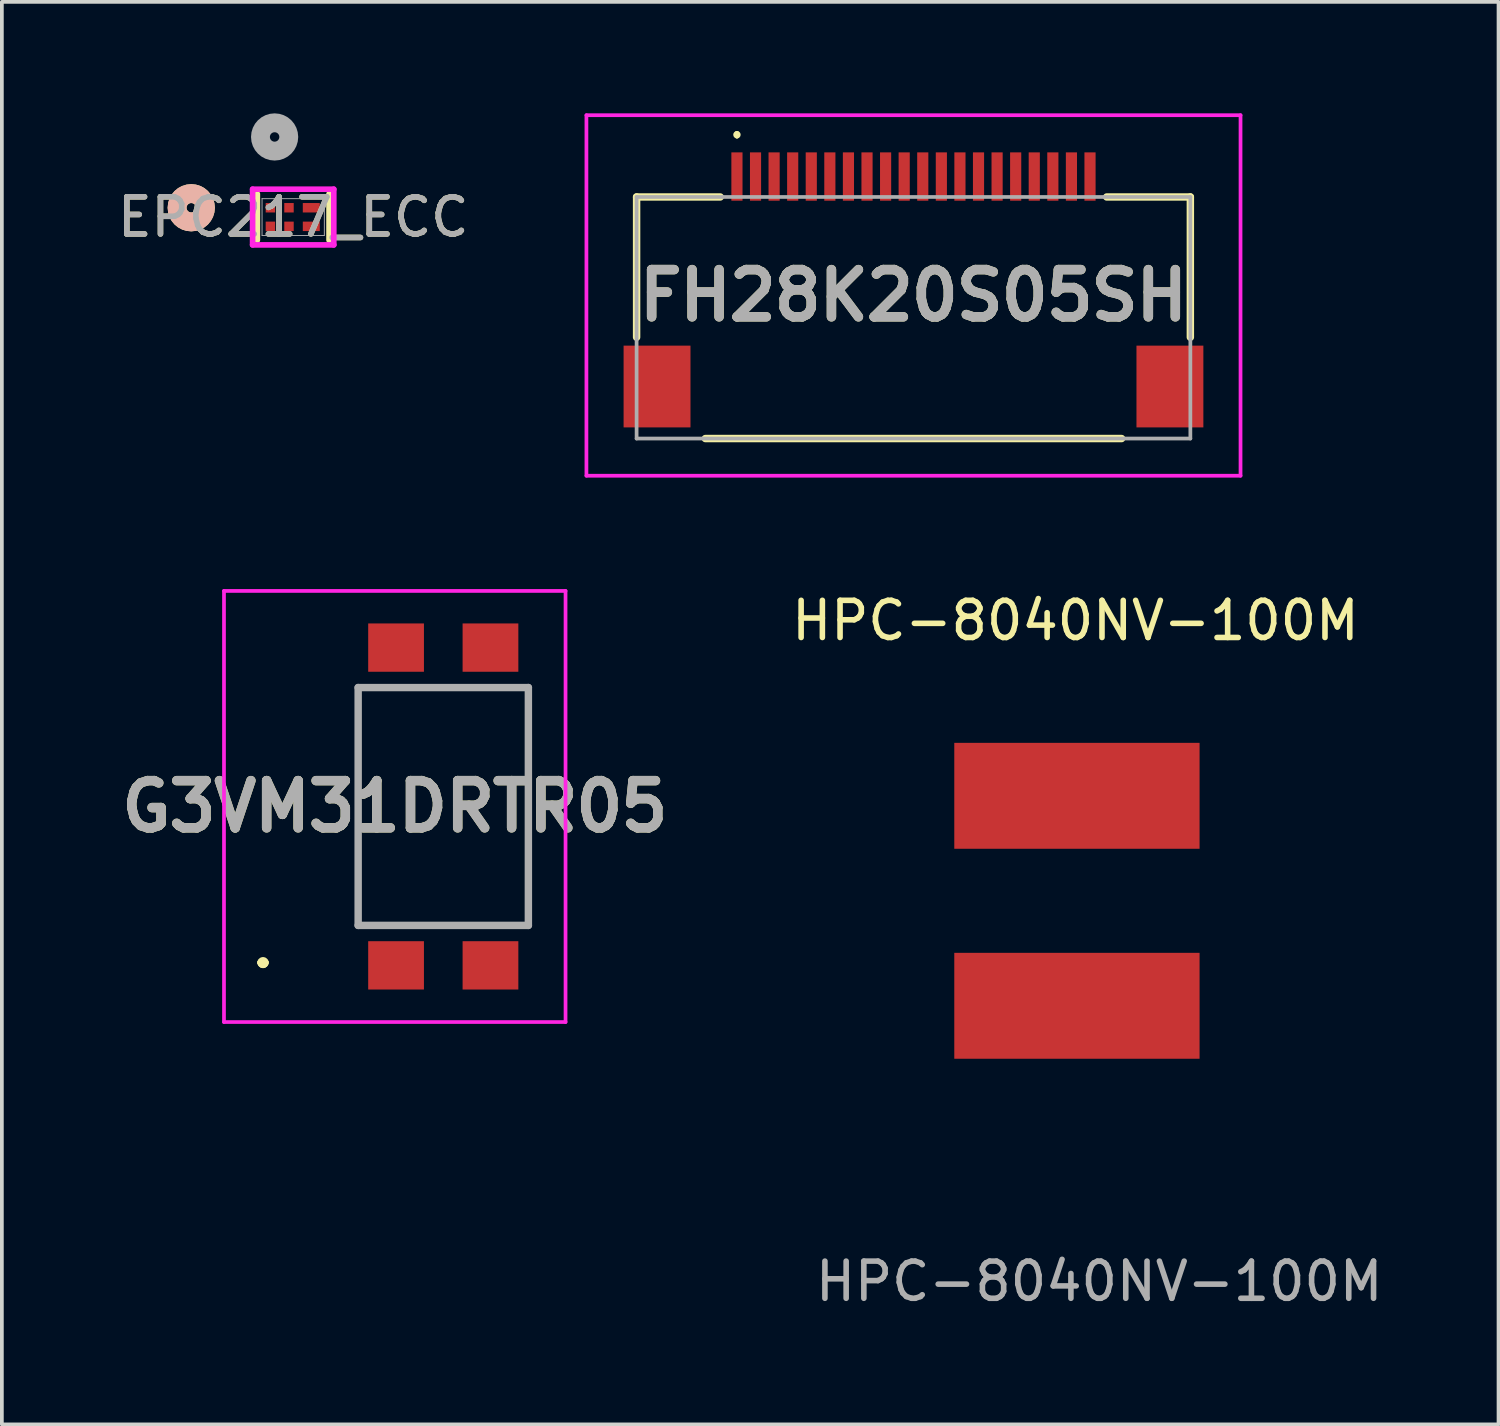
<source format=kicad_pcb>
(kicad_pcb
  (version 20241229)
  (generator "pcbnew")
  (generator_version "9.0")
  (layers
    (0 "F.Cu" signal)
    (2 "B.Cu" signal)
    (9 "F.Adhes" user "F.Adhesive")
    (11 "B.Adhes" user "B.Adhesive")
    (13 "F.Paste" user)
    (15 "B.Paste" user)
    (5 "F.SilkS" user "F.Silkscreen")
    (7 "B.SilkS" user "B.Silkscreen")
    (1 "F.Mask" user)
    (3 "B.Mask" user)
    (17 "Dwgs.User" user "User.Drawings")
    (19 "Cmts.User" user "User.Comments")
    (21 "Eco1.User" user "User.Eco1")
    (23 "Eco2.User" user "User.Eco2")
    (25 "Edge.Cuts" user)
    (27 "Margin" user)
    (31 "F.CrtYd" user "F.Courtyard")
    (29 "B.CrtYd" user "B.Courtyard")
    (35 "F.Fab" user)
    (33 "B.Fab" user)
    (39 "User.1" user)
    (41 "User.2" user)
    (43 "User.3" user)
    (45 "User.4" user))
  (footprint "EPC217_ECC"
    (layer "F.Cu")
    (at 4.839 2.79)
    (property "Reference" "EPC217_ECC" (at 0 0 0) (unlocked yes) (layer "F.SilkS") (effects (font (size 1 1) (thickness 0.15))))
    (attr smd)
    (fp_line (start -0.965 -0.622) (end -0.965 0.622) (stroke (width 0.152) (type solid)) (layer "F.SilkS"))
    (fp_line (start 0.965 0.622) (end 0.965 -0.622) (stroke (width 0.152) (type solid)) (layer "F.SilkS"))
    (fp_circle (center -2.743 -0.25) (end -2.362 -0.25) (stroke (width 0.508) (type solid)) (fill no) (layer "F.SilkS"))
    (fp_circle (center -2.743 -0.25) (end -2.362 -0.25) (stroke (width 0.508) (type solid)) (fill no) (layer "B.SilkS"))
    (fp_line (start -1.092 -0.749) (end -1.092 0.749) (stroke (width 0.152) (type solid)) (layer "F.CrtYd"))
    (fp_line (start -1.092 0.749) (end 1.092 0.749) (stroke (width 0.152) (type solid)) (layer "F.CrtYd"))
    (fp_line (start 1.092 -0.749) (end -1.092 -0.749) (stroke (width 0.152) (type solid)) (layer "F.CrtYd"))
    (fp_line (start 1.092 0.749) (end 1.092 -0.749) (stroke (width 0.152) (type solid)) (layer "F.CrtYd"))
    (fp_line (start -0.838 -0.495) (end -0.838 0.495) (stroke (width 0.025) (type solid)) (layer "F.Fab"))
    (fp_line (start -0.838 0.495) (end 0.838 0.495) (stroke (width 0.025) (type solid)) (layer "F.Fab"))
    (fp_line (start 0.838 -0.495) (end -0.838 -0.495) (stroke (width 0.025) (type solid)) (layer "F.Fab"))
    (fp_line (start 0.838 0.495) (end 0.838 -0.495) (stroke (width 0.025) (type solid)) (layer "F.Fab"))
    (fp_circle (center -0.5 -2.155) (end -0.119 -2.155) (stroke (width 0.508) (type solid)) (fill no) (layer "F.Fab"))
    (fp_text user "${REFERENCE}" (at 0 0 0) (unlocked yes) (layer "F.Fab") (effects (font (size 1 1) (thickness 0.15))))
    (pad "1" smd rect (at -0.613 -0.25) (size 0.254 0.254) (layers "F.Cu" "F.Mask" "F.Paste"))
    (pad "2" smd rect (at -0.113 -0.25) (size 0.254 0.254) (layers "F.Cu" "F.Mask" "F.Paste"))
    (pad "3" smd rect (at 0.487 -0.25) (size 0.457 0.254) (layers "F.Cu" "F.Mask" "F.Paste"))
    (pad "4" smd rect (at -0.613 0.25) (size 0.254 0.254) (layers "F.Cu" "F.Mask" "F.Paste"))
    (pad "5" smd rect (at -0.113 0.25) (size 0.254 0.254) (layers "F.Cu" "F.Mask" "F.Paste"))
    (pad "6" smd rect (at 0.487 0.25) (size 0.457 0.254) (layers "F.Cu" "F.Mask" "F.Paste")))
  (footprint "HPC-8040NV-100M"
    (layer "F.Cu")
    (at 25.927 21.188)
    (property "Reference" "HPC-8040NV-100M" (at -0.04 -7.54 0) (unlocked yes) (layer "F.SilkS") (effects (font (size 1 1) (thickness 0.15))))
    (attr smd)
    (fp_text user "${REFERENCE}" (at 0.6 10.24 0) (unlocked yes) (layer "F.Fab") (effects (font (size 1 1) (thickness 0.15))))
    (pad "1" smd rect (at 0 -2.825) (size 6.6 2.85) (layers "F.Cu" "F.Mask" "F.Paste"))
    (pad "2" smd rect (at 0 2.825) (size 6.6 2.85) (layers "F.Cu" "F.Mask" "F.Paste")))
  (footprint "FH28K20S05SH"
    (layer "F.Cu")
    (at 21.529 5.5)
    (property "Reference" "FH28K20S05SH" (at 0 -0.6 0) (layer "F.SilkS") (effects (font (size 1.27 1.27) (thickness 0.254))))
    (attr smd)
    (fp_line (start -7.45 -3.25) (end -7.45 0.525) (stroke (width 0.2) (type solid)) (layer "F.SilkS"))
    (fp_line (start -5.6 3.25) (end 5.6 3.25) (stroke (width 0.2) (type solid)) (layer "F.SilkS"))
    (fp_line (start -5.2 -3.25) (end -7.45 -3.25) (stroke (width 0.2) (type solid)) (layer "F.SilkS"))
    (fp_line (start -4.75 -4.975) (end -4.75 -4.975) (stroke (width 0.1) (type solid)) (layer "F.SilkS"))
    (fp_line (start -4.75 -4.875) (end -4.75 -4.875) (stroke (width 0.1) (type solid)) (layer "F.SilkS"))
    (fp_line (start 5.2 -3.25) (end 7.45 -3.25) (stroke (width 0.2) (type solid)) (layer "F.SilkS"))
    (fp_line (start 7.45 -3.25) (end 7.45 0.525) (stroke (width 0.2) (type solid)) (layer "F.SilkS"))
    (fp_arc (start -4.75 -4.975) (mid -4.7 -4.925) (end -4.75 -4.875) (stroke (width 0.1) (type solid)) (layer "F.SilkS"))
    (fp_arc (start -4.75 -4.875) (mid -4.8 -4.925) (end -4.75 -4.975) (stroke (width 0.1) (type solid)) (layer "F.SilkS"))
    (fp_line (start -8.8 -5.45) (end 8.8 -5.45) (stroke (width 0.1) (type solid)) (layer "F.CrtYd"))
    (fp_line (start -8.8 4.25) (end -8.8 -5.45) (stroke (width 0.1) (type solid)) (layer "F.CrtYd"))
    (fp_line (start 8.8 -5.45) (end 8.8 4.25) (stroke (width 0.1) (type solid)) (layer "F.CrtYd"))
    (fp_line (start 8.8 4.25) (end -8.8 4.25) (stroke (width 0.1) (type solid)) (layer "F.CrtYd"))
    (fp_line (start -7.45 -3.25) (end 7.45 -3.25) (stroke (width 0.1) (type solid)) (layer "F.Fab"))
    (fp_line (start -7.45 3.25) (end -7.45 -3.25) (stroke (width 0.1) (type solid)) (layer "F.Fab"))
    (fp_line (start 7.45 -3.25) (end 7.45 3.25) (stroke (width 0.1) (type solid)) (layer "F.Fab"))
    (fp_line (start 7.45 3.25) (end -7.45 3.25) (stroke (width 0.1) (type solid)) (layer "F.Fab"))
    (fp_text user "${REFERENCE}" (at 0 -0.6 0) (layer "F.Fab") (effects (font (size 1.27 1.27) (thickness 0.254))))
    (pad "1" smd rect (at -4.75 -3.8) (size 0.3 1.3) (layers "F.Cu" "F.Mask" "F.Paste"))
    (pad "2" smd rect (at -4.25 -3.8) (size 0.3 1.3) (layers "F.Cu" "F.Mask" "F.Paste"))
    (pad "3" smd rect (at -3.75 -3.8) (size 0.3 1.3) (layers "F.Cu" "F.Mask" "F.Paste"))
    (pad "4" smd rect (at -3.25 -3.8) (size 0.3 1.3) (layers "F.Cu" "F.Mask" "F.Paste"))
    (pad "5" smd rect (at -2.75 -3.8) (size 0.3 1.3) (layers "F.Cu" "F.Mask" "F.Paste"))
    (pad "6" smd rect (at -2.25 -3.8) (size 0.3 1.3) (layers "F.Cu" "F.Mask" "F.Paste"))
    (pad "7" smd rect (at -1.75 -3.8) (size 0.3 1.3) (layers "F.Cu" "F.Mask" "F.Paste"))
    (pad "8" smd rect (at -1.25 -3.8) (size 0.3 1.3) (layers "F.Cu" "F.Mask" "F.Paste"))
    (pad "9" smd rect (at -0.75 -3.8) (size 0.3 1.3) (layers "F.Cu" "F.Mask" "F.Paste"))
    (pad "10" smd rect (at -0.25 -3.8) (size 0.3 1.3) (layers "F.Cu" "F.Mask" "F.Paste"))
    (pad "11" smd rect (at 0.25 -3.8) (size 0.3 1.3) (layers "F.Cu" "F.Mask" "F.Paste"))
    (pad "12" smd rect (at 0.75 -3.8) (size 0.3 1.3) (layers "F.Cu" "F.Mask" "F.Paste"))
    (pad "13" smd rect (at 1.25 -3.8) (size 0.3 1.3) (layers "F.Cu" "F.Mask" "F.Paste"))
    (pad "14" smd rect (at 1.75 -3.8) (size 0.3 1.3) (layers "F.Cu" "F.Mask" "F.Paste"))
    (pad "15" smd rect (at 2.25 -3.8) (size 0.3 1.3) (layers "F.Cu" "F.Mask" "F.Paste"))
    (pad "16" smd rect (at 2.75 -3.8) (size 0.3 1.3) (layers "F.Cu" "F.Mask" "F.Paste"))
    (pad "17" smd rect (at 3.25 -3.8) (size 0.3 1.3) (layers "F.Cu" "F.Mask" "F.Paste"))
    (pad "18" smd rect (at 3.75 -3.8) (size 0.3 1.3) (layers "F.Cu" "F.Mask" "F.Paste"))
    (pad "19" smd rect (at 4.25 -3.8) (size 0.3 1.3) (layers "F.Cu" "F.Mask" "F.Paste"))
    (pad "20" smd rect (at 4.75 -3.8) (size 0.3 1.3) (layers "F.Cu" "F.Mask" "F.Paste"))
    (pad "MP1" smd rect (at -6.9 1.85) (size 1.8 2.2) (layers "F.Cu" "F.Mask" "F.Paste"))
    (pad "MP2" smd rect (at 6.9 1.85) (size 1.8 2.2) (layers "F.Cu" "F.Mask" "F.Paste")))
  (footprint "G3VM31DRTR05"
    (layer "F.Cu")
    (at 8.877 18.65)
    (property "Reference" "G3VM31DRTR05" (at -1.305 0 0) (layer "F.SilkS") (effects (font (size 1.27 1.27) (thickness 0.254))))
    (attr smd)
    (fp_line (start -4.9 4.2) (end -4.9 4.2) (stroke (width 0.2) (type solid)) (layer "F.SilkS"))
    (fp_line (start -4.9 4.2) (end -4.9 4.2) (stroke (width 0.2) (type solid)) (layer "F.SilkS"))
    (fp_line (start -4.8 4.2) (end -4.8 4.2) (stroke (width 0.2) (type solid)) (layer "F.SilkS"))
    (fp_line (start -2.29 -3.2) (end -2.29 -3.2) (stroke (width 0.1) (type solid)) (layer "F.SilkS"))
    (fp_line (start -2.29 -3.2) (end -2.29 3.2) (stroke (width 0.1) (type solid)) (layer "F.SilkS"))
    (fp_line (start -2.29 3.2) (end -2.29 -3.2) (stroke (width 0.1) (type solid)) (layer "F.SilkS"))
    (fp_line (start -2.29 3.2) (end -2.29 3.2) (stroke (width 0.1) (type solid)) (layer "F.SilkS"))
    (fp_line (start 2.29 -3.2) (end 2.29 -3.2) (stroke (width 0.1) (type solid)) (layer "F.SilkS"))
    (fp_line (start 2.29 -3.2) (end 2.29 3.2) (stroke (width 0.1) (type solid)) (layer "F.SilkS"))
    (fp_line (start 2.29 3.2) (end 2.29 -3.2) (stroke (width 0.1) (type solid)) (layer "F.SilkS"))
    (fp_line (start 2.29 3.2) (end 2.29 3.2) (stroke (width 0.1) (type solid)) (layer "F.SilkS"))
    (fp_arc (start -4.9 4.2) (mid -4.85 4.15) (end -4.8 4.2) (stroke (width 0.2) (type solid)) (layer "F.SilkS"))
    (fp_arc (start -4.8 4.2) (mid -4.85 4.25) (end -4.9 4.2) (stroke (width 0.2) (type solid)) (layer "F.SilkS"))
    (fp_arc (start -4.8 4.2) (mid -4.85 4.25) (end -4.9 4.2) (stroke (width 0.2) (type solid)) (layer "F.SilkS"))
    (fp_line (start -5.9 -5.8) (end 3.29 -5.8) (stroke (width 0.1) (type solid)) (layer "F.CrtYd"))
    (fp_line (start -5.9 5.8) (end -5.9 -5.8) (stroke (width 0.1) (type solid)) (layer "F.CrtYd"))
    (fp_line (start 3.29 -5.8) (end 3.29 5.8) (stroke (width 0.1) (type solid)) (layer "F.CrtYd"))
    (fp_line (start 3.29 5.8) (end -5.9 5.8) (stroke (width 0.1) (type solid)) (layer "F.CrtYd"))
    (fp_line (start -2.29 -3.2) (end -2.29 3.2) (stroke (width 0.2) (type solid)) (layer "F.Fab"))
    (fp_line (start -2.29 3.2) (end 2.29 3.2) (stroke (width 0.2) (type solid)) (layer "F.Fab"))
    (fp_line (start 2.29 -3.2) (end -2.29 -3.2) (stroke (width 0.2) (type solid)) (layer "F.Fab"))
    (fp_line (start 2.29 3.2) (end 2.29 -3.2) (stroke (width 0.2) (type solid)) (layer "F.Fab"))
    (fp_text user "${REFERENCE}" (at -1.305 0 0) (layer "F.Fab") (effects (font (size 1.27 1.27) (thickness 0.254))))
    (pad "1" smd rect (at -1.27 4.275 90) (size 1.3 1.5) (layers "F.Cu" "F.Mask" "F.Paste"))
    (pad "2" smd rect (at 1.27 4.275 90) (size 1.3 1.5) (layers "F.Cu" "F.Mask" "F.Paste"))
    (pad "3" smd rect (at 1.27 -4.275 90) (size 1.3 1.5) (layers "F.Cu" "F.Mask" "F.Paste"))
    (pad "4" smd rect (at -1.27 -4.275 90) (size 1.3 1.5) (layers "F.Cu" "F.Mask" "F.Paste")))
  (gr_rect
    (start -3 -3)
    (end 37.271 35.276)
    (stroke (width 0.1) (type default))
    (fill no)
    (layer "Edge.Cuts")))
</source>
